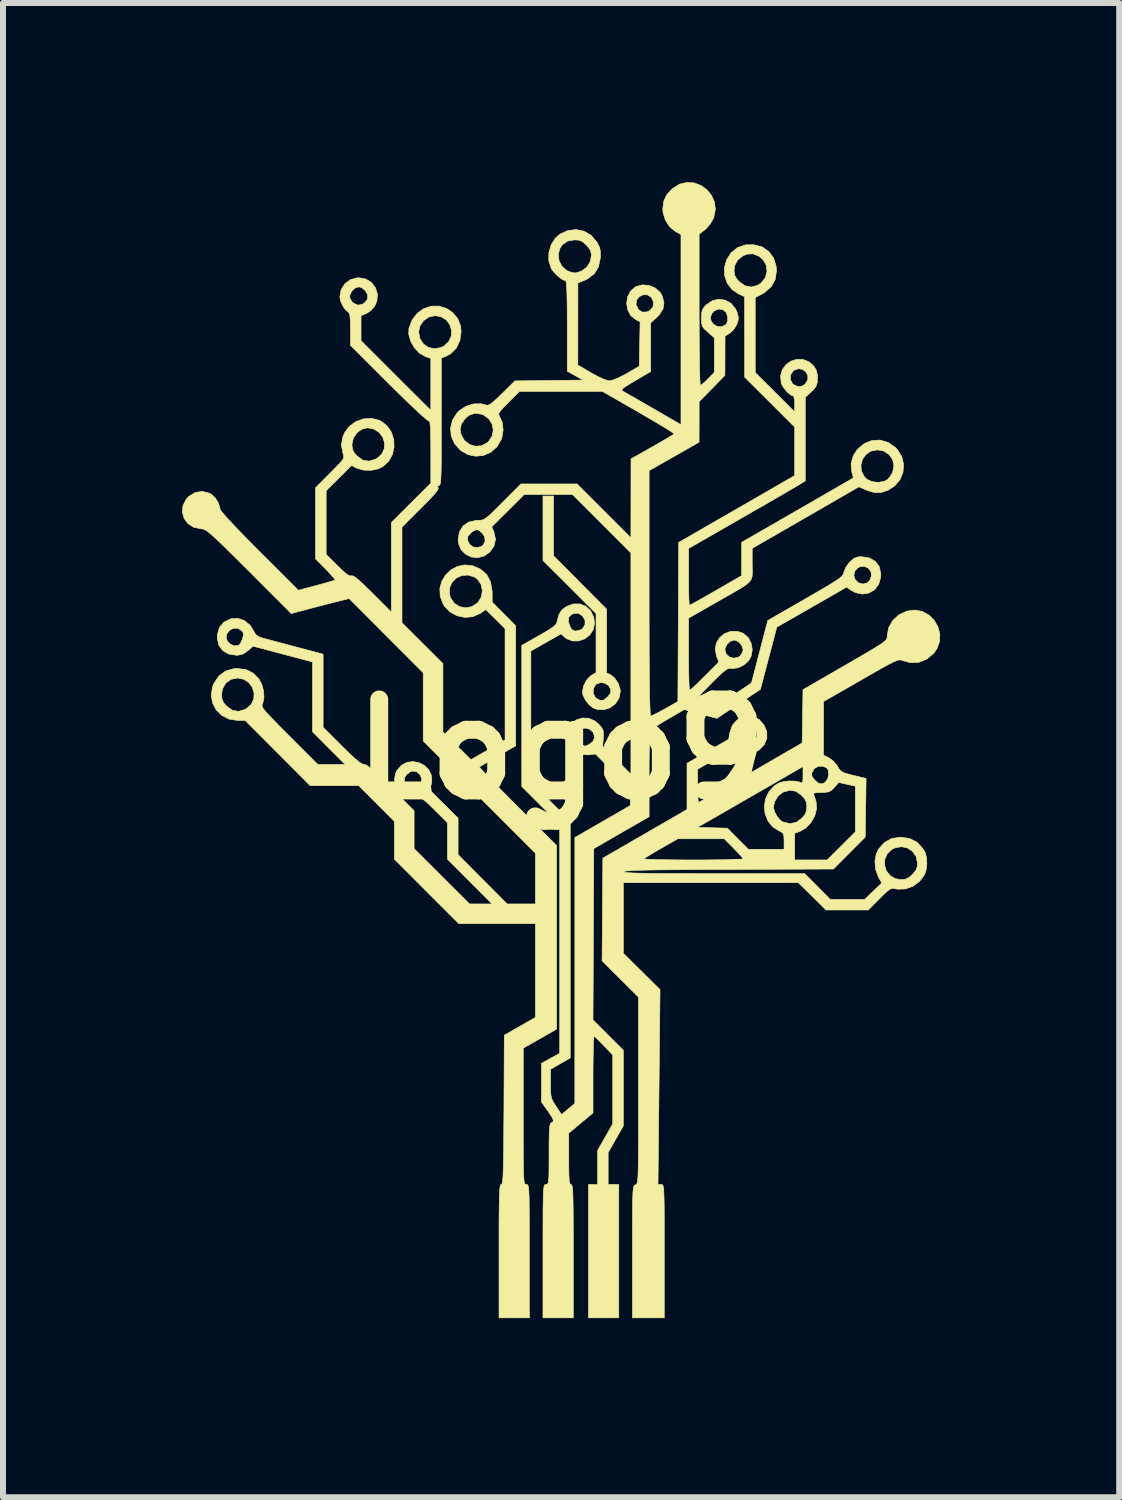
<source format=kicad_pcb>
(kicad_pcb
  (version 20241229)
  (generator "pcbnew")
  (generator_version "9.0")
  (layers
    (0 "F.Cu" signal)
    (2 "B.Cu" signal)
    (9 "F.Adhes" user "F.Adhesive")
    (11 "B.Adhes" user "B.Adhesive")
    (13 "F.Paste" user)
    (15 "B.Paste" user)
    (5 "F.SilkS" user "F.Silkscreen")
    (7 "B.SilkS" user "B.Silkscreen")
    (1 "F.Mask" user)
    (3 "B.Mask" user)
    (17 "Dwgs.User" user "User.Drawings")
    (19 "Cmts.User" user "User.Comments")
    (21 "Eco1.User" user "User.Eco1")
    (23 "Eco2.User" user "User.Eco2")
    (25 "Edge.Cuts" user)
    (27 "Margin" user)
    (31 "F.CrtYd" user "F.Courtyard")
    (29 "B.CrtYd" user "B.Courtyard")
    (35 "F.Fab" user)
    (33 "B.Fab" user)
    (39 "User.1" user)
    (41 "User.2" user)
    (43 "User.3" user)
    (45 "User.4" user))
  (footprint "Logo9"
    (layer "F.Cu")
    (at 6.351 9.502)
    (property "Reference" "Logo9" (at 0 0 0) (layer "F.SilkS") (effects (font (size 1.524 1.524) (thickness 0.3))))
    (attr through_hole)
    (fp_poly (pts (xy -0.127 -3.24) (xy 0.762 -2.346) (xy 0.762 -1.278) (xy 0.826 -1.249) (xy 0.897 -1.193) (xy 0.955 -1.106) (xy 0.987 -1.007) (xy 0.991 -0.969) (xy 0.968 -0.855) (xy 0.907 -0.761) (xy 0.818 -0.695) (xy 0.712 -0.662) (xy 0.598 -0.669) (xy 0.534 -0.693) (xy 0.468 -0.745) (xy 0.408 -0.821) (xy 0.366 -0.904) (xy 0.356 -0.957) (xy 0.366 -1.011) (xy 0.538 -1.011) (xy 0.538 -0.934) (xy 0.573 -0.867) (xy 0.59 -0.852) (xy 0.656 -0.818) (xy 0.712 -0.824) (xy 0.774 -0.873) (xy 0.776 -0.875) (xy 0.826 -0.938) (xy 0.833 -0.994) (xy 0.8 -1.059) (xy 0.799 -1.061) (xy 0.74 -1.106) (xy 0.664 -1.117) (xy 0.591 -1.093) (xy 0.573 -1.078) (xy 0.538 -1.011) (xy 0.366 -1.011) (xy 0.374 -1.059) (xy 0.424 -1.157) (xy 0.492 -1.229) (xy 0.507 -1.239) (xy 0.584 -1.283) (xy 0.584 -1.778) (xy 0.584 -2.274) (xy 0.14 -2.718) (xy -0.305 -3.162) (xy -0.305 -4.242) (xy -0.127 -4.242) (xy -0.127 -3.24)) (stroke (width 0.01) (type solid)) (fill yes) (layer "F.SilkS"))
    (fp_poly (pts (xy 6.052 -2.308) (xy 6.161 -2.248) (xy 6.249 -2.16) (xy 6.311 -2.052) (xy 6.343 -1.932) (xy 6.339 -1.807) (xy 6.295 -1.684) (xy 6.241 -1.609) (xy 6.125 -1.51) (xy 5.992 -1.457) (xy 5.85 -1.451) (xy 5.731 -1.483) (xy 5.705 -1.493) (xy 5.681 -1.497) (xy 5.651 -1.495) (xy 5.61 -1.482) (xy 5.554 -1.457) (xy 5.477 -1.417) (xy 5.373 -1.36) (xy 5.237 -1.283) (xy 5.063 -1.183) (xy 5.021 -1.159) (xy 4.396 -0.8) (xy 4.395 -0.352) (xy 4.394 0.097) (xy 4.487 0.145) (xy 4.561 0.199) (xy 4.62 0.269) (xy 4.626 0.279) (xy 4.655 0.33) (xy 4.685 0.364) (xy 4.727 0.389) (xy 4.792 0.411) (xy 4.894 0.437) (xy 4.923 0.444) (xy 5.108 0.489) (xy 5.101 0.981) (xy 5.093 1.472) (xy 4.827 1.739) (xy 4.561 2.006) (xy 2.809 2.013) (xy 2.454 2.014) (xy 2.146 2.016) (xy 1.884 2.018) (xy 1.663 2.02) (xy 1.482 2.023) (xy 1.336 2.026) (xy 1.224 2.03) (xy 1.142 2.035) (xy 1.087 2.04) (xy 1.057 2.046) (xy 1.048 2.051) (xy 1.055 2.058) (xy 1.084 2.064) (xy 1.137 2.069) (xy 1.218 2.073) (xy 1.33 2.076) (xy 1.477 2.079) (xy 1.66 2.08) (xy 1.884 2.082) (xy 2.152 2.082) (xy 2.467 2.083) (xy 2.557 2.083) (xy 4.078 2.083) (xy 4.293 2.299) (xy 4.507 2.515) (xy 4.796 2.515) (xy 5.084 2.515) (xy 5.228 2.377) (xy 5.371 2.239) (xy 5.314 2.139) (xy 5.269 2.016) (xy 5.262 1.941) (xy 5.418 1.941) (xy 5.447 2.035) (xy 5.507 2.114) (xy 5.594 2.167) (xy 5.693 2.184) (xy 5.769 2.176) (xy 5.832 2.144) (xy 5.883 2.098) (xy 5.94 2.031) (xy 5.965 1.967) (xy 5.969 1.908) (xy 5.947 1.798) (xy 5.888 1.712) (xy 5.802 1.654) (xy 5.701 1.632) (xy 5.594 1.65) (xy 5.543 1.675) (xy 5.463 1.75) (xy 5.422 1.843) (xy 5.418 1.941) (xy 5.262 1.941) (xy 5.256 1.882) (xy 5.277 1.755) (xy 5.316 1.674) (xy 5.415 1.562) (xy 5.534 1.496) (xy 5.676 1.473) (xy 5.682 1.473) (xy 5.835 1.494) (xy 5.959 1.556) (xy 6.058 1.662) (xy 6.096 1.725) (xy 6.12 1.811) (xy 6.126 1.92) (xy 6.112 2.029) (xy 6.087 2.101) (xy 6.004 2.212) (xy 5.893 2.294) (xy 5.766 2.34) (xy 5.635 2.344) (xy 5.61 2.339) (xy 5.567 2.331) (xy 5.531 2.334) (xy 5.493 2.353) (xy 5.444 2.394) (xy 5.373 2.463) (xy 5.331 2.505) (xy 5.145 2.692) (xy 4.791 2.692) (xy 4.438 2.692) (xy 4.205 2.464) (xy 3.972 2.235) (xy 1.041 2.235) (xy 1.041 3.417) (xy 1.656 4.026) (xy 1.622 7.29) (xy 1.675 7.29) (xy 1.687 7.291) (xy 1.698 7.296) (xy 1.706 7.311) (xy 1.713 7.339) (xy 1.718 7.385) (xy 1.721 7.453) (xy 1.724 7.548) (xy 1.726 7.674) (xy 1.727 7.836) (xy 1.727 8.038) (xy 1.727 8.285) (xy 1.727 8.407) (xy 1.727 9.525) (xy 1.194 9.525) (xy 1.194 8.418) (xy 1.194 8.152) (xy 1.194 7.932) (xy 1.195 7.754) (xy 1.196 7.614) (xy 1.199 7.506) (xy 1.202 7.427) (xy 1.207 7.371) (xy 1.213 7.335) (xy 1.22 7.314) (xy 1.23 7.303) (xy 1.242 7.298) (xy 1.245 7.297) (xy 1.255 7.293) (xy 1.264 7.286) (xy 1.271 7.27) (xy 1.278 7.243) (xy 1.283 7.201) (xy 1.287 7.139) (xy 1.29 7.054) (xy 1.292 6.943) (xy 1.293 6.802) (xy 1.294 6.626) (xy 1.295 6.412) (xy 1.295 6.157) (xy 1.295 5.856) (xy 1.295 5.718) (xy 1.295 4.152) (xy 0.99 3.848) (xy 0.685 3.543) (xy 0.692 2.683) (xy 0.698 1.833) (xy 1.386 1.833) (xy 1.404 1.838) (xy 1.468 1.843) (xy 1.571 1.847) (xy 1.708 1.85) (xy 1.873 1.852) (xy 2.06 1.854) (xy 2.205 1.854) (xy 2.406 1.854) (xy 2.59 1.852) (xy 2.751 1.85) (xy 2.883 1.847) (xy 2.98 1.843) (xy 3.036 1.839) (xy 3.048 1.836) (xy 3.031 1.811) (xy 2.986 1.759) (xy 2.922 1.691) (xy 2.89 1.658) (xy 2.732 1.499) (xy 1.954 1.499) (xy 1.682 1.655) (xy 1.575 1.717) (xy 1.484 1.771) (xy 1.418 1.812) (xy 1.386 1.833) (xy 1.386 1.833) (xy 0.698 1.833) (xy 0.699 1.823) (xy 1.403 1.416) (xy 1.59 1.308) (xy 2.282 1.308) (xy 2.784 1.322) (xy 3.136 1.676) (xy 3.734 1.676) (xy 3.734 1.54) (xy 3.731 1.459) (xy 3.72 1.414) (xy 3.713 1.407) (xy 3.912 1.407) (xy 3.912 1.854) (xy 4.457 1.854) (xy 4.692 1.62) (xy 4.928 1.385) (xy 4.928 0.618) (xy 4.789 0.587) (xy 4.65 0.556) (xy 4.575 0.64) (xy 4.526 0.689) (xy 4.479 0.714) (xy 4.413 0.723) (xy 4.358 0.724) (xy 4.277 0.726) (xy 4.237 0.735) (xy 4.229 0.754) (xy 4.232 0.762) (xy 4.25 0.813) (xy 4.271 0.881) (xy 4.271 0.882) (xy 4.279 0.996) (xy 4.248 1.116) (xy 4.185 1.228) (xy 4.096 1.32) (xy 3.999 1.376) (xy 3.912 1.407) (xy 3.713 1.407) (xy 3.692 1.388) (xy 3.661 1.373) (xy 3.545 1.301) (xy 3.463 1.2) (xy 3.416 1.081) (xy 3.405 0.97) (xy 3.556 0.97) (xy 3.574 1.046) (xy 3.618 1.127) (xy 3.676 1.193) (xy 3.715 1.218) (xy 3.834 1.245) (xy 3.94 1.223) (xy 4.028 1.158) (xy 4.085 1.092) (xy 4.11 1.029) (xy 4.115 0.965) (xy 4.107 0.887) (xy 4.076 0.826) (xy 4.028 0.772) (xy 3.934 0.704) (xy 3.833 0.686) (xy 3.723 0.717) (xy 3.708 0.724) (xy 3.63 0.788) (xy 3.575 0.88) (xy 3.556 0.97) (xy 3.405 0.97) (xy 3.403 0.952) (xy 3.425 0.825) (xy 3.483 0.707) (xy 3.575 0.609) (xy 3.64 0.568) (xy 3.717 0.543) (xy 3.816 0.531) (xy 3.916 0.533) (xy 3.993 0.549) (xy 4.004 0.554) (xy 4.031 0.564) (xy 4.045 0.551) (xy 4.05 0.504) (xy 4.051 0.434) (xy 4.051 0.402) (xy 4.196 0.402) (xy 4.203 0.458) (xy 4.252 0.52) (xy 4.253 0.522) (xy 4.319 0.573) (xy 4.376 0.579) (xy 4.424 0.552) (xy 4.464 0.496) (xy 4.481 0.422) (xy 4.474 0.351) (xy 4.455 0.318) (xy 4.389 0.284) (xy 4.312 0.284) (xy 4.245 0.319) (xy 4.231 0.336) (xy 4.196 0.402) (xy 4.051 0.402) (xy 4.051 0.289) (xy 3.505 0.605) (xy 3.329 0.706) (xy 3.145 0.812) (xy 2.965 0.916) (xy 2.8 1.011) (xy 2.663 1.09) (xy 2.621 1.114) (xy 2.282 1.308) (xy 1.59 1.308) (xy 2.108 1.009) (xy 2.108 0.235) (xy 2.457 0.034) (xy 2.806 -0.167) (xy 2.823 -0.271) (xy 2.987 -0.271) (xy 2.992 -0.195) (xy 3.029 -0.133) (xy 3.076 -0.109) (xy 3.146 -0.103) (xy 3.214 -0.116) (xy 3.251 -0.14) (xy 3.281 -0.211) (xy 3.273 -0.291) (xy 3.23 -0.357) (xy 3.226 -0.36) (xy 3.16 -0.4) (xy 3.102 -0.396) (xy 3.038 -0.348) (xy 3.033 -0.342) (xy 2.987 -0.271) (xy 2.823 -0.271) (xy 2.825 -0.279) (xy 2.868 -0.402) (xy 2.946 -0.491) (xy 3.054 -0.542) (xy 3.102 -0.55) (xy 3.221 -0.545) (xy 3.316 -0.499) (xy 3.396 -0.409) (xy 3.444 -0.297) (xy 3.446 -0.183) (xy 3.402 -0.077) (xy 3.317 0.011) (xy 3.294 0.026) (xy 3.179 0.07) (xy 3.063 0.064) (xy 2.982 0.028) (xy 2.904 -0.02) (xy 2.286 0.334) (xy 2.286 0.612) (xy 2.287 0.723) (xy 2.291 0.814) (xy 2.296 0.872) (xy 2.301 0.889) (xy 2.326 0.877) (xy 2.39 0.842) (xy 2.488 0.787) (xy 2.616 0.714) (xy 2.768 0.627) (xy 2.94 0.528) (xy 3.127 0.421) (xy 3.177 0.392) (xy 4.037 -0.106) (xy 4.051 -0.999) (xy 4.756 -1.406) (xy 4.951 -1.519) (xy 5.105 -1.609) (xy 5.225 -1.68) (xy 5.315 -1.735) (xy 5.378 -1.777) (xy 5.42 -1.81) (xy 5.445 -1.836) (xy 5.457 -1.858) (xy 5.461 -1.88) (xy 5.461 -1.898) (xy 5.485 -2.034) (xy 5.552 -2.154) (xy 5.656 -2.251) (xy 5.789 -2.314) (xy 5.79 -2.314) (xy 5.926 -2.332) (xy 6.052 -2.308)) (stroke (width 0.01) (type solid)) (fill yes) (layer "F.SilkS"))
    (fp_poly (pts (xy -3.272 -7.877) (xy -3.176 -7.818) (xy -3.11 -7.73) (xy -3.078 -7.624) (xy -3.087 -7.51) (xy -3.125 -7.422) (xy -3.184 -7.354) (xy -3.258 -7.303) (xy -3.264 -7.301) (xy -3.353 -7.264) (xy -3.353 -6.845) (xy -2.769 -6.261) (xy -2.184 -5.677) (xy -2.184 -6.113) (xy -2.184 -6.549) (xy -2.272 -6.578) (xy -2.373 -6.635) (xy -2.459 -6.726) (xy -2.522 -6.837) (xy -2.554 -6.955) (xy -2.553 -6.991) (xy -2.388 -6.991) (xy -2.366 -6.877) (xy -2.307 -6.789) (xy -2.222 -6.731) (xy -2.12 -6.71) (xy -2.012 -6.73) (xy -1.966 -6.753) (xy -1.885 -6.828) (xy -1.842 -6.92) (xy -1.837 -7.018) (xy -1.865 -7.112) (xy -1.923 -7.191) (xy -2.01 -7.246) (xy -2.113 -7.264) (xy -2.219 -7.241) (xy -2.307 -7.179) (xy -2.367 -7.089) (xy -2.388 -6.991) (xy -2.553 -6.991) (xy -2.55 -7.054) (xy -2.495 -7.195) (xy -2.408 -7.306) (xy -2.299 -7.383) (xy -2.174 -7.424) (xy -2.043 -7.424) (xy -1.914 -7.381) (xy -1.829 -7.324) (xy -1.735 -7.219) (xy -1.686 -7.097) (xy -1.676 -6.998) (xy -1.697 -6.847) (xy -1.757 -6.72) (xy -1.853 -6.625) (xy -1.937 -6.581) (xy -2.007 -6.554) (xy -2.007 -5.487) (xy -2.007 -5.225) (xy -2.007 -5.009) (xy -2.008 -4.835) (xy -2.01 -4.699) (xy -2.013 -4.596) (xy -2.017 -4.521) (xy -2.022 -4.471) (xy -2.028 -4.44) (xy -2.037 -4.424) (xy -2.046 -4.42) (xy -2.048 -4.42) (xy -2.074 -4.411) (xy -2.062 -4.386) (xy -2.059 -4.366) (xy -2.079 -4.329) (xy -2.125 -4.272) (xy -2.2 -4.191) (xy -2.307 -4.081) (xy -2.351 -4.038) (xy -2.667 -3.722) (xy -2.667 -2.12) (xy -2.324 -1.778) (xy -1.981 -1.436) (xy -1.981 -0.291) (xy -1.511 0.174) (xy -1.226 0.009) (xy -0.94 -0.157) (xy -0.94 -2.021) (xy -1.101 -2.181) (xy -1.262 -2.34) (xy -1.359 -2.275) (xy -1.481 -2.221) (xy -1.614 -2.209) (xy -1.745 -2.237) (xy -1.864 -2.301) (xy -1.957 -2.4) (xy -1.974 -2.426) (xy -2.026 -2.561) (xy -2.028 -2.599) (xy -1.871 -2.599) (xy -1.853 -2.537) (xy -1.791 -2.445) (xy -1.702 -2.389) (xy -1.6 -2.369) (xy -1.497 -2.389) (xy -1.404 -2.449) (xy -1.391 -2.463) (xy -1.336 -2.556) (xy -1.321 -2.66) (xy -1.342 -2.761) (xy -1.398 -2.846) (xy -1.451 -2.885) (xy -1.562 -2.919) (xy -1.667 -2.91) (xy -1.759 -2.867) (xy -1.829 -2.796) (xy -1.869 -2.704) (xy -1.871 -2.599) (xy -2.028 -2.599) (xy -2.033 -2.691) (xy -2.001 -2.813) (xy -1.937 -2.919) (xy -1.848 -3.005) (xy -1.738 -3.063) (xy -1.614 -3.088) (xy -1.483 -3.075) (xy -1.354 -3.019) (xy -1.248 -2.927) (xy -1.183 -2.804) (xy -1.157 -2.649) (xy -1.156 -2.623) (xy -1.156 -2.465) (xy -0.959 -2.267) (xy -0.762 -2.069) (xy -0.762 -0.058) (xy -1.06 0.114) (xy -1.171 0.178) (xy -1.264 0.233) (xy -1.333 0.273) (xy -1.368 0.295) (xy -1.37 0.297) (xy -1.356 0.316) (xy -1.309 0.368) (xy -1.234 0.447) (xy -1.135 0.549) (xy -1.015 0.672) (xy -0.879 0.81) (xy -0.73 0.959) (xy -0.729 0.96) (xy -0.076 1.613) (xy -0.076 4.689) (xy -0.356 4.848) (xy -0.635 5.007) (xy -0.635 6.149) (xy -0.635 6.419) (xy -0.635 6.643) (xy -0.634 6.824) (xy -0.633 6.969) (xy -0.631 7.079) (xy -0.627 7.161) (xy -0.623 7.219) (xy -0.617 7.256) (xy -0.61 7.277) (xy -0.601 7.287) (xy -0.59 7.29) (xy -0.584 7.29) (xy -0.572 7.291) (xy -0.562 7.297) (xy -0.554 7.313) (xy -0.547 7.343) (xy -0.543 7.392) (xy -0.539 7.463) (xy -0.536 7.562) (xy -0.535 7.692) (xy -0.534 7.859) (xy -0.534 8.066) (xy -0.533 8.318) (xy -0.533 8.407) (xy -0.533 9.525) (xy -1.041 9.525) (xy -1.041 8.407) (xy -1.041 8.137) (xy -1.041 7.913) (xy -1.039 7.732) (xy -1.037 7.588) (xy -1.035 7.479) (xy -1.031 7.399) (xy -1.026 7.344) (xy -1.02 7.31) (xy -1.012 7.294) (xy -1.004 7.29) (xy -0.995 7.285) (xy -0.987 7.267) (xy -0.981 7.232) (xy -0.976 7.176) (xy -0.972 7.095) (xy -0.969 6.985) (xy -0.966 6.842) (xy -0.963 6.663) (xy -0.962 6.442) (xy -0.96 6.177) (xy -0.959 6.04) (xy -0.953 4.79) (xy -0.432 4.492) (xy -0.432 2.921) (xy -1.715 2.921) (xy -2.794 1.841) (xy -2.794 1.207) (xy -3.092 0.908) (xy -3.39 0.61) (xy -4.204 0.61) (xy -4.75 0.063) (xy -5.295 -0.483) (xy -5.419 -0.483) (xy -5.563 -0.505) (xy -5.684 -0.566) (xy -5.778 -0.659) (xy -5.839 -0.774) (xy -5.862 -0.904) (xy -5.86 -0.918) (xy -5.689 -0.918) (xy -5.682 -0.84) (xy -5.655 -0.779) (xy -5.603 -0.721) (xy -5.507 -0.653) (xy -5.405 -0.635) (xy -5.296 -0.668) (xy -5.267 -0.684) (xy -5.188 -0.757) (xy -5.149 -0.847) (xy -5.145 -0.944) (xy -5.174 -1.038) (xy -5.233 -1.118) (xy -5.318 -1.173) (xy -5.424 -1.194) (xy -5.533 -1.171) (xy -5.619 -1.108) (xy -5.673 -1.014) (xy -5.689 -0.918) (xy -5.86 -0.918) (xy -5.842 -1.041) (xy -5.817 -1.105) (xy -5.732 -1.23) (xy -5.619 -1.312) (xy -5.482 -1.351) (xy -5.428 -1.353) (xy -5.28 -1.335) (xy -5.16 -1.276) (xy -5.064 -1.179) (xy -5.015 -1.087) (xy -4.986 -0.976) (xy -4.979 -0.865) (xy -4.998 -0.774) (xy -5.004 -0.762) (xy -5.011 -0.743) (xy -5.01 -0.721) (xy -4.997 -0.692) (xy -4.968 -0.652) (xy -4.919 -0.596) (xy -4.846 -0.519) (xy -4.747 -0.417) (xy -4.617 -0.286) (xy -4.556 -0.225) (xy -4.077 0.254) (xy -3.849 0.254) (xy -3.62 0.254) (xy -3.893 -0.019) (xy -4.166 -0.293) (xy -4.166 -0.877) (xy -4.166 -1.462) (xy -4.664 -1.595) (xy -5.162 -1.727) (xy -5.249 -1.651) (xy -5.329 -1.596) (xy -5.411 -1.576) (xy -5.438 -1.575) (xy -5.569 -1.595) (xy -5.67 -1.654) (xy -5.736 -1.745) (xy -5.761 -1.863) (xy -5.761 -1.874) (xy -5.613 -1.874) (xy -5.592 -1.809) (xy -5.539 -1.759) (xy -5.472 -1.732) (xy -5.407 -1.74) (xy -5.395 -1.747) (xy -5.369 -1.782) (xy -5.341 -1.843) (xy -5.338 -1.852) (xy -5.322 -1.917) (xy -5.33 -1.959) (xy -5.35 -1.985) (xy -5.415 -2.026) (xy -5.488 -2.026) (xy -5.555 -1.994) (xy -5.601 -1.934) (xy -5.613 -1.874) (xy -5.761 -1.874) (xy -5.759 -1.923) (xy -5.724 -2.043) (xy -5.649 -2.13) (xy -5.536 -2.185) (xy -5.531 -2.186) (xy -5.415 -2.193) (xy -5.305 -2.155) (xy -5.212 -2.078) (xy -5.161 -1.999) (xy -5.123 -1.931) (xy -5.078 -1.891) (xy -5.007 -1.864) (xy -4.987 -1.859) (xy -4.922 -1.842) (xy -4.818 -1.814) (xy -4.688 -1.779) (xy -4.541 -1.74) (xy -4.426 -1.71) (xy -3.988 -1.593) (xy -3.988 -0.368) (xy -3.676 -0.057) (xy -3.551 0.066) (xy -3.455 0.155) (xy -3.384 0.214) (xy -3.333 0.245) (xy -3.301 0.254) (xy -3.269 0.263) (xy -3.222 0.294) (xy -3.154 0.35) (xy -3.063 0.433) (xy -2.944 0.549) (xy -2.851 0.642) (xy -2.464 1.029) (xy -2.464 1.347) (xy -2.464 1.664) (xy -2 2.128) (xy -1.536 2.591) (xy -1.156 2.591) (xy -1.905 1.841) (xy -1.905 1.231) (xy -2.117 1.02) (xy -2.208 0.93) (xy -2.272 0.871) (xy -2.319 0.837) (xy -2.355 0.822) (xy -2.391 0.821) (xy -2.418 0.826) (xy -2.534 0.825) (xy -2.636 0.784) (xy -2.718 0.711) (xy -2.772 0.617) (xy -2.787 0.542) (xy -2.632 0.542) (xy -2.605 0.603) (xy -2.551 0.645) (xy -2.483 0.659) (xy -2.411 0.639) (xy -2.383 0.618) (xy -2.342 0.555) (xy -2.339 0.486) (xy -2.367 0.423) (xy -2.418 0.378) (xy -2.484 0.365) (xy -2.529 0.377) (xy -2.588 0.423) (xy -2.62 0.468) (xy -2.632 0.542) (xy -2.787 0.542) (xy -2.793 0.509) (xy -2.773 0.399) (xy -2.751 0.355) (xy -2.676 0.268) (xy -2.583 0.219) (xy -2.482 0.206) (xy -2.381 0.225) (xy -2.291 0.271) (xy -2.219 0.342) (xy -2.175 0.433) (xy -2.167 0.541) (xy -2.176 0.586) (xy -2.202 0.682) (xy -1.964 0.918) (xy -1.727 1.155) (xy -1.727 1.765) (xy -1.316 2.178) (xy -0.905 2.591) (xy -0.432 2.591) (xy -0.432 1.74) (xy -1.372 0.8) (xy -2.311 -0.139) (xy -2.311 -1.281) (xy -3.553 -2.525) (xy -3.713 -2.485) (xy -3.801 -2.463) (xy -3.923 -2.432) (xy -4.061 -2.396) (xy -4.198 -2.36) (xy -4.522 -2.274) (xy -5.229 -2.982) (xy -5.408 -3.16) (xy -5.555 -3.305) (xy -5.673 -3.422) (xy -5.767 -3.512) (xy -5.84 -3.579) (xy -5.896 -3.627) (xy -5.939 -3.66) (xy -5.973 -3.679) (xy -6.002 -3.689) (xy -6.028 -3.693) (xy -6.039 -3.694) (xy -6.161 -3.721) (xy -6.255 -3.783) (xy -6.318 -3.87) (xy -6.346 -3.972) (xy -6.336 -4.08) (xy -6.284 -4.185) (xy -6.238 -4.235) (xy -6.132 -4.301) (xy -6.014 -4.32) (xy -5.896 -4.291) (xy -5.865 -4.275) (xy -5.797 -4.213) (xy -5.742 -4.126) (xy -5.716 -4.037) (xy -5.715 -4.022) (xy -5.697 -3.992) (xy -5.646 -3.931) (xy -5.565 -3.84) (xy -5.456 -3.724) (xy -5.323 -3.587) (xy -5.17 -3.43) (xy -5.059 -3.319) (xy -4.403 -2.664) (xy -4.1 -2.744) (xy -3.983 -2.776) (xy -3.886 -2.804) (xy -3.817 -2.824) (xy -3.786 -2.835) (xy -3.786 -2.836) (xy -3.798 -2.857) (xy -3.839 -2.905) (xy -3.901 -2.973) (xy -3.945 -3.018) (xy -4.115 -3.189) (xy -4.115 -3.785) (xy -4.115 -4.381) (xy -3.87 -4.626) (xy -3.773 -4.725) (xy -3.706 -4.795) (xy -3.665 -4.844) (xy -3.646 -4.879) (xy -3.642 -4.909) (xy -3.65 -4.941) (xy -3.654 -4.954) (xy -3.681 -5.088) (xy -3.679 -5.105) (xy -3.505 -5.105) (xy -3.497 -5.028) (xy -3.467 -4.966) (xy -3.419 -4.912) (xy -3.323 -4.844) (xy -3.221 -4.826) (xy -3.112 -4.859) (xy -3.082 -4.875) (xy -3.003 -4.948) (xy -2.963 -5.038) (xy -2.96 -5.135) (xy -2.989 -5.228) (xy -3.049 -5.307) (xy -3.135 -5.363) (xy -3.244 -5.385) (xy -3.247 -5.385) (xy -3.342 -5.361) (xy -3.424 -5.3) (xy -3.482 -5.212) (xy -3.505 -5.11) (xy -3.505 -5.105) (xy -3.679 -5.105) (xy -3.663 -5.219) (xy -3.63 -5.301) (xy -3.551 -5.409) (xy -3.441 -5.488) (xy -3.311 -5.535) (xy -3.176 -5.543) (xy -3.046 -5.511) (xy -3.028 -5.502) (xy -2.919 -5.421) (xy -2.845 -5.314) (xy -2.805 -5.191) (xy -2.8 -5.062) (xy -2.828 -4.937) (xy -2.89 -4.826) (xy -2.984 -4.738) (xy -3.061 -4.699) (xy -3.18 -4.673) (xy -3.308 -4.676) (xy -3.421 -4.708) (xy -3.43 -4.712) (xy -3.512 -4.755) (xy -3.724 -4.543) (xy -3.937 -4.332) (xy -3.937 -3.797) (xy -3.937 -3.263) (xy -3.749 -3.076) (xy -3.655 -2.986) (xy -3.589 -2.931) (xy -3.543 -2.906) (xy -3.515 -2.906) (xy -3.489 -2.904) (xy -3.448 -2.88) (xy -3.387 -2.831) (xy -3.302 -2.753) (xy -3.188 -2.642) (xy -3.157 -2.611) (xy -2.845 -2.299) (xy -2.845 -3.798) (xy -2.515 -4.128) (xy -2.184 -4.457) (xy -2.184 -4.986) (xy -2.185 -5.176) (xy -2.188 -5.319) (xy -2.193 -5.418) (xy -2.2 -5.477) (xy -2.209 -5.498) (xy -2.213 -5.497) (xy -2.237 -5.51) (xy -2.294 -5.557) (xy -2.38 -5.634) (xy -2.491 -5.738) (xy -2.624 -5.866) (xy -2.777 -6.016) (xy -2.886 -6.124) (xy -3.531 -6.769) (xy -3.531 -7.039) (xy -3.532 -7.165) (xy -3.537 -7.248) (xy -3.546 -7.297) (xy -3.562 -7.321) (xy -3.569 -7.324) (xy -3.615 -7.363) (xy -3.661 -7.432) (xy -3.696 -7.511) (xy -3.705 -7.559) (xy -3.541 -7.559) (xy -3.497 -7.486) (xy -3.424 -7.446) (xy -3.391 -7.442) (xy -3.327 -7.457) (xy -3.297 -7.474) (xy -3.256 -7.525) (xy -3.241 -7.559) (xy -3.245 -7.622) (xy -3.283 -7.685) (xy -3.34 -7.733) (xy -3.391 -7.747) (xy -3.453 -7.726) (xy -3.508 -7.674) (xy -3.54 -7.609) (xy -3.541 -7.559) (xy -3.705 -7.559) (xy -3.708 -7.578) (xy -3.686 -7.699) (xy -3.623 -7.799) (xy -3.529 -7.868) (xy -3.412 -7.899) (xy -3.391 -7.899) (xy -3.272 -7.877)) (stroke (width 0.01) (type solid)) (fill yes) (layer "F.SilkS"))
    (fp_poly (pts (xy 2.226 -9.488) (xy 2.34 -9.446) (xy 2.44 -9.375) (xy 2.518 -9.28) (xy 2.568 -9.168) (xy 2.583 -9.043) (xy 2.556 -8.909) (xy 2.545 -8.884) (xy 2.494 -8.797) (xy 2.426 -8.719) (xy 2.403 -8.7) (xy 2.311 -8.63) (xy 2.311 -7.363) (xy 2.312 -7.115) (xy 2.313 -6.882) (xy 2.315 -6.671) (xy 2.317 -6.486) (xy 2.32 -6.331) (xy 2.323 -6.211) (xy 2.327 -6.132) (xy 2.331 -6.097) (xy 2.332 -6.096) (xy 2.359 -6.113) (xy 2.409 -6.156) (xy 2.459 -6.205) (xy 2.565 -6.314) (xy 2.565 -6.895) (xy 2.457 -6.988) (xy 2.395 -7.045) (xy 2.363 -7.091) (xy 2.351 -7.149) (xy 2.349 -7.223) (xy 2.35 -7.228) (xy 2.499 -7.228) (xy 2.516 -7.163) (xy 2.562 -7.111) (xy 2.624 -7.08) (xy 2.693 -7.078) (xy 2.757 -7.113) (xy 2.769 -7.126) (xy 2.787 -7.173) (xy 2.79 -7.241) (xy 2.789 -7.243) (xy 2.762 -7.321) (xy 2.707 -7.366) (xy 2.638 -7.375) (xy 2.568 -7.347) (xy 2.522 -7.298) (xy 2.499 -7.228) (xy 2.35 -7.228) (xy 2.353 -7.311) (xy 2.369 -7.369) (xy 2.405 -7.42) (xy 2.429 -7.444) (xy 2.53 -7.514) (xy 2.64 -7.54) (xy 2.749 -7.524) (xy 2.847 -7.469) (xy 2.921 -7.377) (xy 2.945 -7.324) (xy 2.966 -7.248) (xy 2.965 -7.188) (xy 2.944 -7.121) (xy 2.893 -7.035) (xy 2.826 -6.972) (xy 2.745 -6.921) (xy 2.743 -6.264) (xy 2.311 -5.823) (xy 2.311 -5.483) (xy 2.31 -5.144) (xy 1.892 -4.906) (xy 1.473 -4.668) (xy 1.473 -2.613) (xy 1.473 -2.212) (xy 1.474 -1.859) (xy 1.475 -1.553) (xy 1.477 -1.292) (xy 1.479 -1.074) (xy 1.482 -0.898) (xy 1.485 -0.76) (xy 1.489 -0.66) (xy 1.493 -0.595) (xy 1.499 -0.563) (xy 1.502 -0.559) (xy 1.535 -0.571) (xy 1.601 -0.603) (xy 1.688 -0.649) (xy 1.742 -0.679) (xy 1.955 -0.8) (xy 1.962 -2.133) (xy 1.968 -3.465) (xy 2.94 -4.025) (xy 3.911 -4.585) (xy 3.912 -5.398) (xy 3.492 -5.817) (xy 3.073 -6.235) (xy 3.073 -6.909) (xy 3.072 -7.582) (xy 2.972 -7.628) (xy 2.858 -7.706) (xy 2.779 -7.812) (xy 2.738 -7.937) (xy 2.736 -8.018) (xy 2.896 -8.018) (xy 2.905 -7.943) (xy 2.941 -7.879) (xy 2.982 -7.833) (xy 3.081 -7.764) (xy 3.186 -7.744) (xy 3.291 -7.772) (xy 3.35 -7.812) (xy 3.42 -7.9) (xy 3.448 -8.003) (xy 3.435 -8.108) (xy 3.383 -8.201) (xy 3.317 -8.258) (xy 3.214 -8.3) (xy 3.114 -8.295) (xy 3.048 -8.268) (xy 2.955 -8.196) (xy 2.905 -8.098) (xy 2.896 -8.018) (xy 2.736 -8.018) (xy 2.735 -8.07) (xy 2.772 -8.202) (xy 2.847 -8.317) (xy 2.955 -8.405) (xy 3.088 -8.45) (xy 3.228 -8.452) (xy 3.366 -8.416) (xy 3.478 -8.339) (xy 3.559 -8.229) (xy 3.601 -8.092) (xy 3.607 -8.015) (xy 3.586 -7.872) (xy 3.521 -7.753) (xy 3.411 -7.654) (xy 3.334 -7.61) (xy 3.251 -7.568) (xy 3.251 -6.311) (xy 3.581 -5.982) (xy 3.912 -5.652) (xy 3.912 -5.785) (xy 3.908 -5.86) (xy 3.897 -5.908) (xy 3.888 -5.918) (xy 3.841 -5.938) (xy 3.783 -5.988) (xy 3.729 -6.053) (xy 3.691 -6.119) (xy 3.686 -6.136) (xy 3.681 -6.192) (xy 3.84 -6.192) (xy 3.874 -6.126) (xy 3.892 -6.11) (xy 3.973 -6.074) (xy 4.045 -6.087) (xy 4.089 -6.121) (xy 4.131 -6.19) (xy 4.132 -6.259) (xy 4.101 -6.319) (xy 4.048 -6.361) (xy 3.981 -6.376) (xy 3.909 -6.354) (xy 3.882 -6.333) (xy 3.842 -6.268) (xy 3.84 -6.192) (xy 3.681 -6.192) (xy 3.675 -6.255) (xy 3.704 -6.358) (xy 3.766 -6.443) (xy 3.85 -6.502) (xy 3.949 -6.533) (xy 4.053 -6.53) (xy 4.154 -6.489) (xy 4.227 -6.424) (xy 4.271 -6.357) (xy 4.29 -6.282) (xy 4.293 -6.217) (xy 4.289 -6.138) (xy 4.271 -6.082) (xy 4.229 -6.029) (xy 4.191 -5.991) (xy 4.089 -5.895) (xy 4.089 -4.496) (xy 3.976 -4.426) (xy 3.929 -4.398) (xy 3.844 -4.348) (xy 3.725 -4.279) (xy 3.579 -4.194) (xy 3.411 -4.097) (xy 3.227 -3.992) (xy 3.033 -3.88) (xy 3 -3.861) (xy 2.136 -3.365) (xy 2.135 -2.889) (xy 2.135 -2.74) (xy 2.137 -2.61) (xy 2.14 -2.507) (xy 2.144 -2.439) (xy 2.149 -2.413) (xy 2.15 -2.413) (xy 2.176 -2.425) (xy 2.238 -2.459) (xy 2.331 -2.511) (xy 2.447 -2.576) (xy 2.578 -2.652) (xy 2.594 -2.661) (xy 3.022 -2.908) (xy 3.023 -3.467) (xy 3.639 -3.821) (xy 3.82 -3.926) (xy 4.007 -4.033) (xy 4.187 -4.137) (xy 4.352 -4.232) (xy 4.491 -4.313) (xy 4.575 -4.361) (xy 4.895 -4.546) (xy 4.869 -4.643) (xy 4.859 -4.759) (xy 5.021 -4.759) (xy 5.03 -4.66) (xy 5.077 -4.568) (xy 5.122 -4.522) (xy 5.208 -4.483) (xy 5.312 -4.471) (xy 5.412 -4.489) (xy 5.458 -4.512) (xy 5.509 -4.565) (xy 5.551 -4.635) (xy 5.552 -4.637) (xy 5.574 -4.748) (xy 5.553 -4.851) (xy 5.494 -4.937) (xy 5.405 -4.996) (xy 5.297 -5.016) (xy 5.189 -4.995) (xy 5.105 -4.938) (xy 5.047 -4.856) (xy 5.021 -4.759) (xy 4.859 -4.759) (xy 4.856 -4.784) (xy 4.893 -4.918) (xy 4.96 -5.021) (xy 5.077 -5.12) (xy 5.207 -5.173) (xy 5.343 -5.18) (xy 5.475 -5.141) (xy 5.597 -5.057) (xy 5.632 -5.021) (xy 5.706 -4.901) (xy 5.737 -4.77) (xy 5.726 -4.638) (xy 5.675 -4.515) (xy 5.586 -4.411) (xy 5.477 -4.341) (xy 5.364 -4.302) (xy 5.259 -4.299) (xy 5.143 -4.33) (xy 5.108 -4.345) (xy 4.987 -4.397) (xy 4.094 -3.881) (xy 3.2 -3.366) (xy 3.2 -3.094) (xy 3.202 -3.01) (xy 3.202 -2.944) (xy 3.198 -2.891) (xy 3.183 -2.846) (xy 3.154 -2.805) (xy 3.106 -2.762) (xy 3.033 -2.713) (xy 2.932 -2.652) (xy 2.798 -2.576) (xy 2.626 -2.478) (xy 2.598 -2.462) (xy 2.135 -2.197) (xy 2.134 -1.594) (xy 2.135 -1.425) (xy 2.137 -1.274) (xy 2.14 -1.149) (xy 2.144 -1.055) (xy 2.149 -1.001) (xy 2.153 -0.991) (xy 2.177 -1.008) (xy 2.23 -1.054) (xy 2.303 -1.124) (xy 2.39 -1.209) (xy 2.407 -1.226) (xy 2.642 -1.462) (xy 2.602 -1.563) (xy 2.581 -1.672) (xy 2.743 -1.672) (xy 2.764 -1.597) (xy 2.819 -1.546) (xy 2.891 -1.526) (xy 2.966 -1.542) (xy 3.002 -1.566) (xy 3.038 -1.623) (xy 3.048 -1.668) (xy 3.027 -1.736) (xy 2.976 -1.796) (xy 2.912 -1.827) (xy 2.896 -1.829) (xy 2.831 -1.807) (xy 2.775 -1.754) (xy 2.745 -1.688) (xy 2.743 -1.672) (xy 2.581 -1.672) (xy 2.58 -1.677) (xy 2.601 -1.783) (xy 2.657 -1.872) (xy 2.739 -1.939) (xy 2.84 -1.975) (xy 2.952 -1.976) (xy 3.049 -1.943) (xy 3.131 -1.874) (xy 3.183 -1.777) (xy 3.201 -1.667) (xy 3.182 -1.558) (xy 3.136 -1.477) (xy 3.057 -1.41) (xy 2.961 -1.365) (xy 2.867 -1.351) (xy 2.836 -1.356) (xy 2.808 -1.355) (xy 2.771 -1.339) (xy 2.72 -1.3) (xy 2.648 -1.236) (xy 2.551 -1.141) (xy 2.502 -1.092) (xy 2.408 -0.996) (xy 2.329 -0.913) (xy 2.271 -0.85) (xy 2.24 -0.812) (xy 2.236 -0.805) (xy 2.265 -0.794) (xy 2.329 -0.774) (xy 2.415 -0.75) (xy 2.416 -0.75) (xy 2.584 -0.706) (xy 2.886 -0.908) (xy 3.188 -1.111) (xy 3.324 -1.634) (xy 3.461 -2.157) (xy 4.091 -2.52) (xy 4.274 -2.626) (xy 4.418 -2.71) (xy 4.528 -2.776) (xy 4.608 -2.827) (xy 4.664 -2.866) (xy 4.7 -2.897) (xy 4.711 -2.91) (xy 4.903 -2.91) (xy 4.925 -2.842) (xy 4.976 -2.791) (xy 5.053 -2.769) (xy 5.058 -2.769) (xy 5.132 -2.79) (xy 5.173 -2.834) (xy 5.2 -2.912) (xy 5.186 -2.983) (xy 5.142 -3.037) (xy 5.077 -3.065) (xy 5.001 -3.056) (xy 4.968 -3.039) (xy 4.916 -2.981) (xy 4.903 -2.91) (xy 4.711 -2.91) (xy 4.721 -2.923) (xy 4.732 -2.948) (xy 4.737 -2.97) (xy 4.767 -3.045) (xy 4.821 -3.122) (xy 4.838 -3.141) (xy 4.905 -3.198) (xy 4.97 -3.222) (xy 5.028 -3.226) (xy 5.161 -3.206) (xy 5.262 -3.148) (xy 5.329 -3.058) (xy 5.355 -2.94) (xy 5.352 -2.877) (xy 5.317 -2.759) (xy 5.248 -2.671) (xy 5.154 -2.617) (xy 5.044 -2.6) (xy 4.928 -2.625) (xy 4.85 -2.668) (xy 4.782 -2.717) (xy 3.612 -2.045) (xy 3.337 -1.003) (xy 2.973 -0.761) (xy 2.608 -0.518) (xy 2.335 -0.591) (xy 2.061 -0.665) (xy 1.786 -0.505) (xy 1.68 -0.442) (xy 1.589 -0.386) (xy 1.524 -0.344) (xy 1.493 -0.32) (xy 1.493 -0.319) (xy 1.488 -0.287) (xy 1.483 -0.212) (xy 1.48 -0.099) (xy 1.476 0.044) (xy 1.474 0.212) (xy 1.473 0.396) (xy 1.473 0.419) (xy 1.473 1.13) (xy 1.009 1.397) (xy 0.546 1.664) (xy 0.54 3.099) (xy 0.533 4.534) (xy 0.787 4.788) (xy 1.041 5.041) (xy 1.041 6.309) (xy 0.787 6.756) (xy 0.787 7.29) (xy 0.965 7.29) (xy 0.965 9.525) (xy 0.457 9.525) (xy 0.457 7.29) (xy 0.61 7.29) (xy 0.61 6.721) (xy 0.864 6.274) (xy 0.864 5.123) (xy 0.718 4.968) (xy 0.648 4.896) (xy 0.592 4.84) (xy 0.557 4.808) (xy 0.552 4.805) (xy 0.547 4.827) (xy 0.543 4.893) (xy 0.539 4.997) (xy 0.536 5.131) (xy 0.534 5.29) (xy 0.533 5.444) (xy 0.533 6.092) (xy 0.33 6.261) (xy 0.127 6.431) (xy 0.127 6.86) (xy 0.128 7.02) (xy 0.13 7.135) (xy 0.134 7.213) (xy 0.141 7.261) (xy 0.151 7.284) (xy 0.165 7.29) (xy 0.174 7.295) (xy 0.182 7.313) (xy 0.188 7.348) (xy 0.193 7.404) (xy 0.197 7.486) (xy 0.199 7.597) (xy 0.201 7.743) (xy 0.202 7.927) (xy 0.203 8.154) (xy 0.203 8.407) (xy 0.203 9.525) (xy -0.305 9.525) (xy -0.305 8.407) (xy -0.305 8.14) (xy -0.304 7.919) (xy -0.304 7.741) (xy -0.302 7.599) (xy -0.3 7.491) (xy -0.297 7.412) (xy -0.292 7.356) (xy -0.287 7.321) (xy -0.279 7.301) (xy -0.27 7.292) (xy -0.258 7.29) (xy -0.254 7.29) (xy -0.237 7.288) (xy -0.224 7.277) (xy -0.215 7.252) (xy -0.209 7.206) (xy -0.205 7.131) (xy -0.204 7.022) (xy -0.203 6.872) (xy -0.203 6.781) (xy -0.203 6.604) (xy -0.201 6.472) (xy -0.197 6.378) (xy -0.191 6.315) (xy -0.183 6.279) (xy -0.171 6.261) (xy -0.165 6.258) (xy -0.137 6.24) (xy -0.132 6.212) (xy -0.152 6.166) (xy -0.201 6.091) (xy -0.229 6.052) (xy -0.33 5.91) (xy -0.33 5.261) (xy -0.178 5.177) (xy -0.025 5.094) (xy -0.025 3.175) (xy -0.025 1.257) (xy -0.343 0.94) (xy -0.66 0.623) (xy -0.66 -0.558) (xy -0.66 -1.74) (xy -0.37 -1.905) (xy -0.251 -1.974) (xy -0.169 -2.025) (xy -0.116 -2.064) (xy -0.086 -2.097) (xy -0.07 -2.131) (xy -0.066 -2.149) (xy 0.118 -2.149) (xy 0.141 -2.071) (xy 0.176 -2.008) (xy 0.218 -1.984) (xy 0.246 -1.981) (xy 0.316 -1.997) (xy 0.36 -2.023) (xy 0.4 -2.09) (xy 0.398 -2.167) (xy 0.356 -2.235) (xy 0.287 -2.28) (xy 0.213 -2.276) (xy 0.179 -2.261) (xy 0.128 -2.215) (xy 0.118 -2.149) (xy -0.066 -2.149) (xy -0.063 -2.159) (xy -0.035 -2.261) (xy 0.009 -2.331) (xy 0.082 -2.387) (xy 0.084 -2.389) (xy 0.2 -2.434) (xy 0.313 -2.435) (xy 0.414 -2.394) (xy 0.494 -2.319) (xy 0.545 -2.214) (xy 0.559 -2.111) (xy 0.537 -2.003) (xy 0.478 -1.914) (xy 0.393 -1.85) (xy 0.293 -1.815) (xy 0.189 -1.814) (xy 0.09 -1.853) (xy 0.055 -1.881) (xy -0.001 -1.933) (xy -0.508 -1.646) (xy -0.508 0.547) (xy -0.178 0.876) (xy 0.152 1.206) (xy 0.152 3.188) (xy 0.152 5.171) (xy -0.013 5.266) (xy -0.178 5.361) (xy -0.178 5.602) (xy -0.177 5.716) (xy -0.172 5.794) (xy -0.159 5.852) (xy -0.134 5.906) (xy -0.093 5.97) (xy -0.086 5.981) (xy 0.006 6.119) (xy 0.117 6.026) (xy 0.229 5.933) (xy 0.229 3.705) (xy 0.229 1.478) (xy 0.692 1.211) (xy 1.156 0.944) (xy 1.163 0.765) (xy 1.165 0.668) (xy 1.16 0.615) (xy 1.147 0.596) (xy 1.138 0.598) (xy 1.109 0.585) (xy 1.051 0.541) (xy 0.972 0.472) (xy 0.878 0.382) (xy 0.84 0.345) (xy 0.576 0.08) (xy 0.458 0.094) (xy 0.325 0.088) (xy 0.217 0.043) (xy 0.14 -0.038) (xy 0.098 -0.15) (xy 0.093 -0.212) (xy 0.096 -0.228) (xy 0.254 -0.228) (xy 0.267 -0.16) (xy 0.311 -0.099) (xy 0.387 -0.057) (xy 0.402 -0.053) (xy 0.428 -0.062) (xy 0.465 -0.08) (xy 0.531 -0.129) (xy 0.557 -0.191) (xy 0.558 -0.214) (xy 0.536 -0.283) (xy 0.479 -0.335) (xy 0.404 -0.356) (xy 0.323 -0.337) (xy 0.273 -0.291) (xy 0.254 -0.228) (xy 0.096 -0.228) (xy 0.114 -0.333) (xy 0.171 -0.428) (xy 0.255 -0.493) (xy 0.355 -0.524) (xy 0.463 -0.519) (xy 0.568 -0.472) (xy 0.632 -0.417) (xy 0.682 -0.358) (xy 0.705 -0.308) (xy 0.709 -0.244) (xy 0.706 -0.189) (xy 0.695 -0.054) (xy 0.931 0.182) (xy 1.168 0.418) (xy 1.168 -1.435) (xy 1.168 -3.289) (xy 0.68 -3.778) (xy 0.191 -4.267) (xy -0.215 -4.267) (xy -0.621 -4.267) (xy -0.892 -3.997) (xy -1.163 -3.727) (xy -1.126 -3.638) (xy -1.1 -3.518) (xy -1.125 -3.404) (xy -1.196 -3.304) (xy -1.294 -3.236) (xy -1.401 -3.21) (xy -1.507 -3.222) (xy -1.602 -3.268) (xy -1.676 -3.343) (xy -1.719 -3.445) (xy -1.725 -3.502) (xy -1.569 -3.502) (xy -1.535 -3.435) (xy -1.477 -3.39) (xy -1.4 -3.379) (xy -1.328 -3.403) (xy -1.31 -3.418) (xy -1.274 -3.486) (xy -1.284 -3.562) (xy -1.325 -3.624) (xy -1.38 -3.671) (xy -1.43 -3.677) (xy -1.49 -3.644) (xy -1.508 -3.63) (xy -1.563 -3.568) (xy -1.569 -3.502) (xy -1.725 -3.502) (xy -1.726 -3.513) (xy -1.704 -3.643) (xy -1.642 -3.743) (xy -1.545 -3.808) (xy -1.417 -3.835) (xy -1.397 -3.835) (xy -1.354 -3.836) (xy -1.316 -3.843) (xy -1.278 -3.861) (xy -1.232 -3.895) (xy -1.171 -3.949) (xy -1.088 -4.03) (xy -0.978 -4.14) (xy -0.674 -4.445) (xy -0.204 -4.445) (xy 0.266 -4.445) (xy 1.168 -3.544) (xy 1.17 -4.864) (xy 1.526 -5.066) (xy 1.647 -5.135) (xy 1.752 -5.196) (xy 1.833 -5.244) (xy 1.881 -5.275) (xy 1.892 -5.283) (xy 1.874 -5.3) (xy 1.817 -5.337) (xy 1.726 -5.394) (xy 1.608 -5.465) (xy 1.468 -5.547) (xy 1.312 -5.638) (xy 1.298 -5.647) (xy 0.693 -5.994) (xy -0.7 -5.994) (xy -0.883 -5.81) (xy -0.966 -5.726) (xy -1.017 -5.669) (xy -1.042 -5.631) (xy -1.046 -5.603) (xy -1.034 -5.578) (xy -1.03 -5.572) (xy -0.985 -5.469) (xy -0.973 -5.344) (xy -0.994 -5.218) (xy -1.002 -5.195) (xy -1.074 -5.069) (xy -1.176 -4.978) (xy -1.297 -4.924) (xy -1.429 -4.909) (xy -1.562 -4.936) (xy -1.686 -5.008) (xy -1.687 -5.009) (xy -1.786 -5.12) (xy -1.842 -5.247) (xy -1.851 -5.357) (xy -1.693 -5.357) (xy -1.676 -5.27) (xy -1.621 -5.172) (xy -1.537 -5.107) (xy -1.438 -5.077) (xy -1.334 -5.085) (xy -1.238 -5.136) (xy -1.217 -5.154) (xy -1.157 -5.246) (xy -1.138 -5.349) (xy -1.159 -5.451) (xy -1.216 -5.54) (xy -1.306 -5.603) (xy -1.331 -5.613) (xy -1.443 -5.629) (xy -1.541 -5.597) (xy -1.607 -5.541) (xy -1.673 -5.449) (xy -1.693 -5.357) (xy -1.851 -5.357) (xy -1.853 -5.382) (xy -1.821 -5.515) (xy -1.743 -5.636) (xy -1.711 -5.669) (xy -1.598 -5.745) (xy -1.468 -5.786) (xy -1.337 -5.788) (xy -1.257 -5.767) (xy -1.229 -5.763) (xy -1.193 -5.778) (xy -1.142 -5.816) (xy -1.069 -5.882) (xy -0.991 -5.958) (xy -0.775 -6.171) (xy -0.203 -6.178) (xy 0.368 -6.185) (xy 0.102 -6.333) (xy 0.102 -7.091) (xy 0.101 -7.324) (xy 0.099 -7.509) (xy 0.096 -7.651) (xy 0.091 -7.752) (xy 0.085 -7.815) (xy 0.077 -7.845) (xy 0.072 -7.849) (xy 0.024 -7.867) (xy -0.041 -7.913) (xy -0.106 -7.975) (xy -0.157 -8.039) (xy -0.168 -8.058) (xy -0.208 -8.186) (xy -0.207 -8.288) (xy -0.049 -8.288) (xy -0.035 -8.182) (xy 0.015 -8.087) (xy 0.095 -8.02) (xy 0.11 -8.013) (xy 0.186 -7.984) (xy 0.246 -7.98) (xy 0.315 -8.001) (xy 0.342 -8.012) (xy 0.429 -8.074) (xy 0.487 -8.169) (xy 0.508 -8.282) (xy 0.491 -8.357) (xy 0.435 -8.434) (xy 0.422 -8.448) (xy 0.357 -8.504) (xy 0.295 -8.529) (xy 0.225 -8.534) (xy 0.107 -8.513) (xy 0.019 -8.451) (xy -0.022 -8.39) (xy -0.049 -8.288) (xy -0.207 -8.288) (xy -0.206 -8.323) (xy -0.166 -8.455) (xy -0.092 -8.568) (xy -0.022 -8.629) (xy 0.112 -8.69) (xy 0.251 -8.706) (xy 0.384 -8.679) (xy 0.502 -8.61) (xy 0.595 -8.501) (xy 0.6 -8.493) (xy 0.64 -8.416) (xy 0.657 -8.346) (xy 0.657 -8.257) (xy 0.656 -8.231) (xy 0.625 -8.083) (xy 0.556 -7.968) (xy 0.447 -7.883) (xy 0.395 -7.858) (xy 0.28 -7.811) (xy 0.279 -6.437) (xy 0.506 -6.304) (xy 0.624 -6.24) (xy 0.723 -6.195) (xy 0.794 -6.174) (xy 0.809 -6.172) (xy 0.868 -6.186) (xy 0.958 -6.222) (xy 1.066 -6.277) (xy 1.096 -6.294) (xy 1.308 -6.416) (xy 1.322 -7.161) (xy 1.246 -7.2) (xy 1.163 -7.269) (xy 1.114 -7.363) (xy 1.099 -7.459) (xy 1.254 -7.459) (xy 1.256 -7.446) (xy 1.296 -7.364) (xy 1.36 -7.323) (xy 1.438 -7.327) (xy 1.493 -7.355) (xy 1.539 -7.414) (xy 1.547 -7.49) (xy 1.515 -7.564) (xy 1.507 -7.574) (xy 1.444 -7.613) (xy 1.374 -7.614) (xy 1.309 -7.584) (xy 1.265 -7.53) (xy 1.254 -7.459) (xy 1.099 -7.459) (xy 1.097 -7.471) (xy 1.113 -7.579) (xy 1.162 -7.675) (xy 1.244 -7.747) (xy 1.248 -7.749) (xy 1.357 -7.78) (xy 1.472 -7.771) (xy 1.579 -7.726) (xy 1.662 -7.649) (xy 1.688 -7.605) (xy 1.722 -7.488) (xy 1.707 -7.379) (xy 1.642 -7.276) (xy 1.601 -7.236) (xy 1.499 -7.143) (xy 1.499 -6.735) (xy 1.499 -6.327) (xy 1.241 -6.176) (xy 1.132 -6.111) (xy 1.062 -6.066) (xy 1.025 -6.036) (xy 1.016 -6.016) (xy 1.028 -6.002) (xy 1.034 -5.998) (xy 1.07 -5.978) (xy 1.143 -5.936) (xy 1.246 -5.878) (xy 1.37 -5.806) (xy 1.508 -5.726) (xy 1.545 -5.705) (xy 2.007 -5.438) (xy 2.007 -7.031) (xy 2.007 -8.624) (xy 1.916 -8.673) (xy 1.817 -8.753) (xy 1.745 -8.866) (xy 1.706 -8.996) (xy 1.702 -9.052) (xy 1.718 -9.181) (xy 1.769 -9.29) (xy 1.864 -9.392) (xy 1.865 -9.393) (xy 1.982 -9.467) (xy 2.104 -9.497) (xy 2.226 -9.488)) (stroke (width 0.01) (type solid)) (fill yes) (layer "F.SilkS")))
  (gr_rect
    (start -3 -3)
    (end 15.699 22.032)
    (stroke (width 0.1) (type default))
    (fill no)
    (layer "Edge.Cuts")))
</source>
